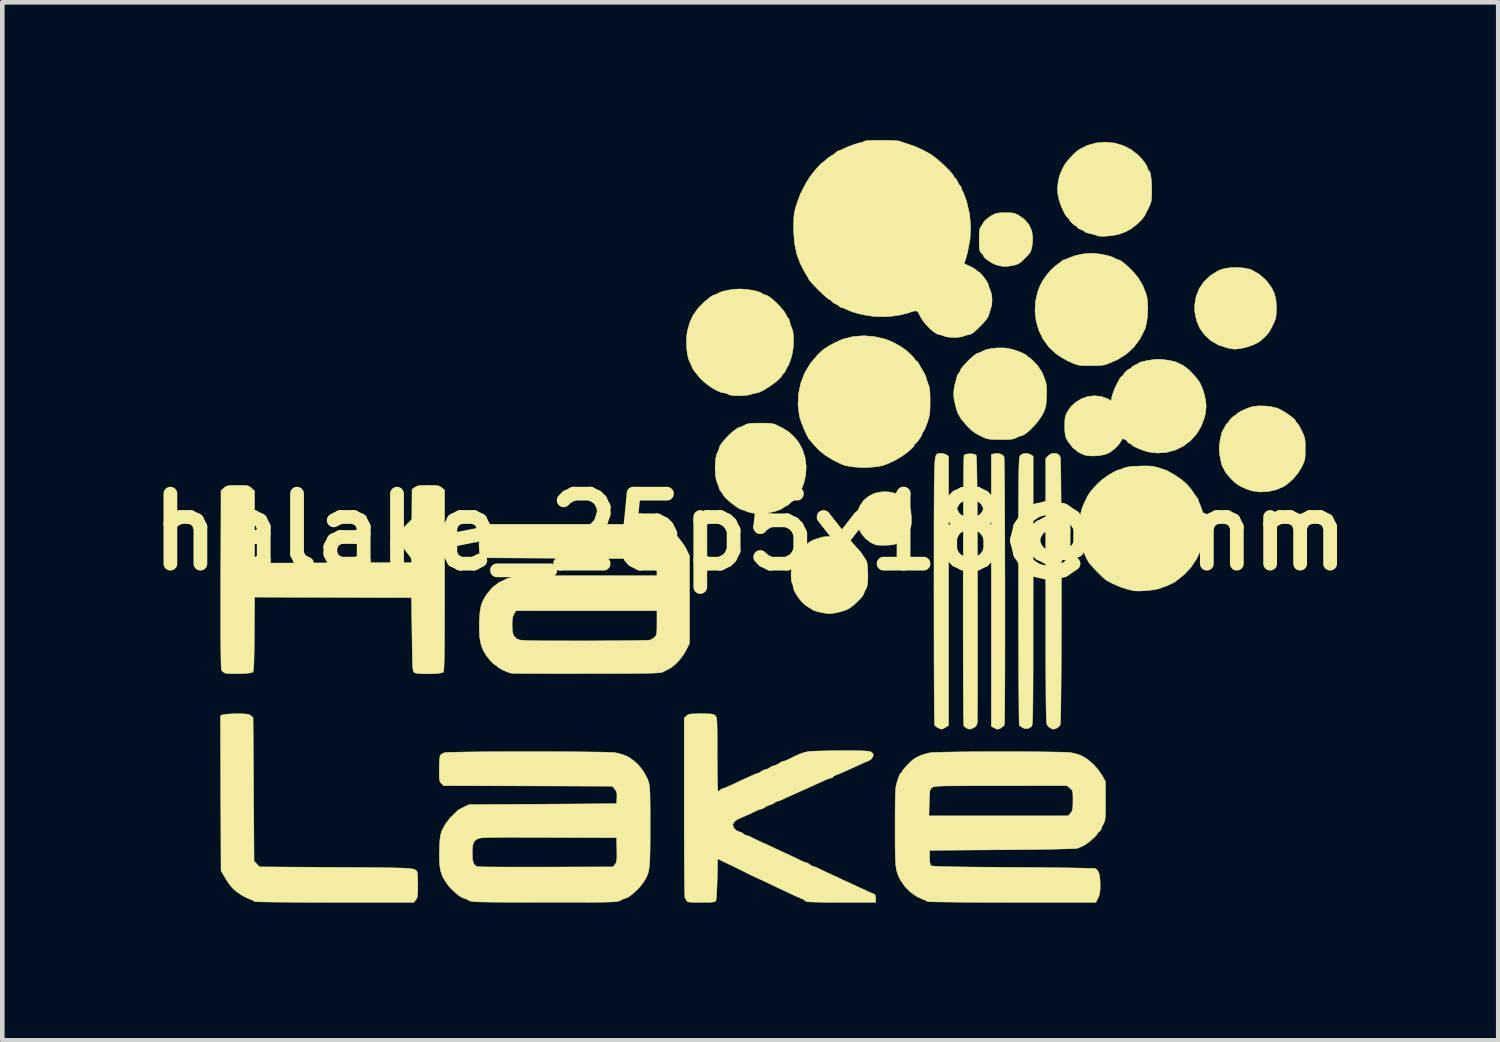
<source format=kicad_pcb>
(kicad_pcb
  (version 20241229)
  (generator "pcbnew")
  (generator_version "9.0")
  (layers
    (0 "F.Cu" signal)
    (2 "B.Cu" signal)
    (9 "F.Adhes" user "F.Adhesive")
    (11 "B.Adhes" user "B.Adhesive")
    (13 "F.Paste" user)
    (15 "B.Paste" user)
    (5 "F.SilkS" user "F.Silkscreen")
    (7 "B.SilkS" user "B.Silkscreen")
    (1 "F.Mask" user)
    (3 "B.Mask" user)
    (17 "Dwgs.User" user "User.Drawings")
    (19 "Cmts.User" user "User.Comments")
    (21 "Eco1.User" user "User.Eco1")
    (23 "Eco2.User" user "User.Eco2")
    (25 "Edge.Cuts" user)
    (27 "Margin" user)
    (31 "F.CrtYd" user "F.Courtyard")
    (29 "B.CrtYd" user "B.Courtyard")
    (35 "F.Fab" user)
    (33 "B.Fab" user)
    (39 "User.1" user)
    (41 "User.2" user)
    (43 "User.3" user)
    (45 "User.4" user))
  (footprint "halake_25p5x18@5mm"
    (layer "F.Cu")
    (at 13.288 8.535)
    (property "Reference" "halake_25p5x18@5mm" (at 0 0 0) (layer "F.SilkS") (effects (font (size 1.524 1.524) (thickness 0.3))))
    (attr through_hole)
    (fp_poly (pts (xy 5.472 -1.692) (xy 5.519 -1.651) (xy 5.526 -1.637) (xy 5.528 -1.61) (xy 5.53 -1.544) (xy 5.532 -1.442) (xy 5.534 -1.306) (xy 5.536 -1.14) (xy 5.538 -0.946) (xy 5.539 -0.728) (xy 5.54 -0.488) (xy 5.542 -0.231) (xy 5.543 0.043) (xy 5.544 0.328) (xy 5.544 0.624) (xy 5.545 0.925) (xy 5.546 1.231) (xy 5.546 1.536) (xy 5.546 1.839) (xy 5.546 2.137) (xy 5.546 2.426) (xy 5.545 2.704) (xy 5.545 2.968) (xy 5.544 3.213) (xy 5.543 3.439) (xy 5.542 3.641) (xy 5.541 3.817) (xy 5.539 3.963) (xy 5.537 4.077) (xy 5.535 4.156) (xy 5.533 4.196) (xy 5.533 4.201) (xy 5.505 4.233) (xy 5.458 4.267) (xy 5.408 4.291) (xy 5.383 4.296) (xy 5.354 4.286) (xy 5.308 4.264) (xy 5.308 4.264) (xy 5.249 4.232) (xy 5.249 -1.69) (xy 5.313 -1.704) (xy 5.4 -1.71) (xy 5.472 -1.692)) (stroke (width 0.01) (type solid)) (fill yes) (layer "F.SilkS"))
    (fp_poly (pts (xy 3.012 -0.873) (xy 3.116 -0.854) (xy 3.198 -0.823) (xy 3.229 -0.801) (xy 3.266 -0.772) (xy 3.287 -0.762) (xy 3.317 -0.745) (xy 3.36 -0.702) (xy 3.407 -0.642) (xy 3.45 -0.576) (xy 3.474 -0.529) (xy 3.493 -0.46) (xy 3.505 -0.366) (xy 3.509 -0.264) (xy 3.505 -0.17) (xy 3.495 -0.114) (xy 3.444 0.003) (xy 3.36 0.115) (xy 3.252 0.21) (xy 3.248 0.213) (xy 3.194 0.247) (xy 3.147 0.268) (xy 3.09 0.279) (xy 3.012 0.286) (xy 2.966 0.287) (xy 2.876 0.289) (xy 2.796 0.286) (xy 2.74 0.281) (xy 2.731 0.279) (xy 2.621 0.229) (xy 2.516 0.147) (xy 2.426 0.044) (xy 2.362 -0.071) (xy 2.348 -0.106) (xy 2.327 -0.202) (xy 2.32 -0.306) (xy 2.326 -0.403) (xy 2.345 -0.475) (xy 2.373 -0.535) (xy 2.393 -0.577) (xy 2.464 -0.682) (xy 2.567 -0.772) (xy 2.691 -0.837) (xy 2.789 -0.865) (xy 2.898 -0.877) (xy 3.012 -0.873)) (stroke (width 0.01) (type solid)) (fill yes) (layer "F.SilkS"))
    (fp_poly (pts (xy 10.743 -5.75) (xy 10.861 -5.727) (xy 10.912 -5.709) (xy 11.081 -5.615) (xy 11.222 -5.492) (xy 11.268 -5.438) (xy 11.356 -5.315) (xy 11.414 -5.192) (xy 11.447 -5.059) (xy 11.459 -4.903) (xy 11.458 -4.844) (xy 11.454 -4.744) (xy 11.444 -4.67) (xy 11.424 -4.602) (xy 11.39 -4.527) (xy 11.345 -4.437) (xy 11.308 -4.37) (xy 11.269 -4.316) (xy 11.22 -4.263) (xy 11.151 -4.199) (xy 11.113 -4.164) (xy 11.05 -4.122) (xy 10.961 -4.079) (xy 10.857 -4.04) (xy 10.754 -4.011) (xy 10.71 -4.002) (xy 10.626 -3.989) (xy 10.566 -3.983) (xy 10.514 -3.985) (xy 10.453 -3.996) (xy 10.382 -4.011) (xy 10.195 -4.072) (xy 10.032 -4.166) (xy 9.896 -4.289) (xy 9.79 -4.437) (xy 9.717 -4.607) (xy 9.68 -4.794) (xy 9.677 -4.94) (xy 9.708 -5.126) (xy 9.776 -5.298) (xy 9.88 -5.451) (xy 10.016 -5.581) (xy 10.181 -5.684) (xy 10.238 -5.711) (xy 10.341 -5.74) (xy 10.469 -5.757) (xy 10.608 -5.76) (xy 10.743 -5.75)) (stroke (width 0.01) (type solid)) (fill yes) (layer "F.SilkS"))
    (fp_poly (pts (xy 4.192 -1.71) (xy 4.255 -1.691) (xy 4.271 -1.682) (xy 4.318 -1.649) (xy 4.318 4.213) (xy 4.249 4.255) (xy 4.201 4.283) (xy 4.17 4.293) (xy 4.136 4.285) (xy 4.094 4.267) (xy 4.044 4.237) (xy 4.015 4.204) (xy 4.014 4.202) (xy 4.013 4.177) (xy 4.011 4.112) (xy 4.009 4.01) (xy 4.008 3.872) (xy 4.007 3.703) (xy 4.005 3.503) (xy 4.004 3.276) (xy 4.003 3.023) (xy 4.002 2.749) (xy 4.002 2.454) (xy 4.001 2.141) (xy 4.001 1.813) (xy 4.001 1.473) (xy 4 1.288) (xy 4.001 0.877) (xy 4.001 0.506) (xy 4.001 0.173) (xy 4.001 -0.124) (xy 4.002 -0.387) (xy 4.003 -0.618) (xy 4.004 -0.819) (xy 4.005 -0.993) (xy 4.007 -1.142) (xy 4.01 -1.267) (xy 4.013 -1.371) (xy 4.016 -1.455) (xy 4.02 -1.523) (xy 4.025 -1.576) (xy 4.03 -1.616) (xy 4.037 -1.645) (xy 4.044 -1.666) (xy 4.052 -1.68) (xy 4.061 -1.69) (xy 4.071 -1.697) (xy 4.072 -1.698) (xy 4.124 -1.713) (xy 4.192 -1.71)) (stroke (width 0.01) (type solid)) (fill yes) (layer "F.SilkS"))
    (fp_poly (pts (xy 5.654 -6.952) (xy 5.724 -6.945) (xy 5.777 -6.931) (xy 5.829 -6.907) (xy 5.84 -6.9) (xy 5.975 -6.804) (xy 6.072 -6.688) (xy 6.131 -6.553) (xy 6.153 -6.399) (xy 6.139 -6.241) (xy 6.124 -6.166) (xy 6.107 -6.112) (xy 6.08 -6.066) (xy 6.035 -6.015) (xy 5.98 -5.96) (xy 5.912 -5.895) (xy 5.861 -5.854) (xy 5.812 -5.829) (xy 5.753 -5.812) (xy 5.71 -5.804) (xy 5.62 -5.788) (xy 5.555 -5.782) (xy 5.497 -5.785) (xy 5.429 -5.798) (xy 5.382 -5.809) (xy 5.318 -5.832) (xy 5.246 -5.869) (xy 5.177 -5.914) (xy 5.12 -5.958) (xy 5.085 -5.996) (xy 5.08 -6.012) (xy 5.066 -6.038) (xy 5.032 -6.075) (xy 5.012 -6.098) (xy 4.998 -6.125) (xy 4.99 -6.165) (xy 4.986 -6.228) (xy 4.985 -6.321) (xy 4.985 -6.36) (xy 4.986 -6.467) (xy 4.989 -6.541) (xy 4.996 -6.592) (xy 5.009 -6.628) (xy 5.029 -6.661) (xy 5.032 -6.665) (xy 5.063 -6.709) (xy 5.079 -6.737) (xy 5.08 -6.74) (xy 5.096 -6.766) (xy 5.139 -6.807) (xy 5.197 -6.852) (xy 5.262 -6.894) (xy 5.272 -6.9) (xy 5.325 -6.927) (xy 5.377 -6.943) (xy 5.442 -6.951) (xy 5.533 -6.953) (xy 5.556 -6.953) (xy 5.654 -6.952)) (stroke (width 0.01) (type solid)) (fill yes) (layer "F.SilkS"))
    (fp_poly (pts (xy 6.676 -1.707) (xy 6.72 -1.681) (xy 6.749 -1.637) (xy 6.753 -1.609) (xy 6.756 -1.542) (xy 6.759 -1.439) (xy 6.762 -1.302) (xy 6.764 -1.135) (xy 6.766 -0.94) (xy 6.768 -0.722) (xy 6.77 -0.481) (xy 6.772 -0.223) (xy 6.773 0.051) (xy 6.774 0.337) (xy 6.775 0.633) (xy 6.775 0.935) (xy 6.775 1.24) (xy 6.775 1.546) (xy 6.775 1.849) (xy 6.774 2.147) (xy 6.773 2.436) (xy 6.772 2.714) (xy 6.771 2.977) (xy 6.769 3.222) (xy 6.767 3.447) (xy 6.765 3.648) (xy 6.763 3.823) (xy 6.76 3.968) (xy 6.757 4.081) (xy 6.754 4.158) (xy 6.75 4.196) (xy 6.749 4.2) (xy 6.712 4.245) (xy 6.661 4.275) (xy 6.617 4.29) (xy 6.596 4.296) (xy 6.596 4.295) (xy 6.577 4.288) (xy 6.548 4.276) (xy 6.501 4.244) (xy 6.469 4.209) (xy 6.464 4.199) (xy 6.459 4.183) (xy 6.456 4.159) (xy 6.452 4.124) (xy 6.449 4.077) (xy 6.446 4.015) (xy 6.444 3.936) (xy 6.442 3.839) (xy 6.44 3.721) (xy 6.439 3.579) (xy 6.438 3.412) (xy 6.437 3.219) (xy 6.436 2.996) (xy 6.435 2.741) (xy 6.435 2.453) (xy 6.435 2.129) (xy 6.435 1.768) (xy 6.435 1.367) (xy 6.435 1.279) (xy 6.435 -1.602) (xy 6.487 -1.658) (xy 6.551 -1.704) (xy 6.608 -1.714) (xy 6.676 -1.707)) (stroke (width 0.01) (type solid)) (fill yes) (layer "F.SilkS"))
    (fp_poly (pts (xy 7.564 -6.06) (xy 7.684 -6.041) (xy 7.795 -6.016) (xy 7.887 -5.987) (xy 7.929 -5.966) (xy 7.98 -5.94) (xy 8.018 -5.927) (xy 8.021 -5.927) (xy 8.065 -5.91) (xy 8.134 -5.86) (xy 8.229 -5.776) (xy 8.316 -5.692) (xy 8.445 -5.54) (xy 8.548 -5.367) (xy 8.62 -5.186) (xy 8.637 -5.121) (xy 8.653 -5.002) (xy 8.657 -4.862) (xy 8.651 -4.716) (xy 8.634 -4.577) (xy 8.608 -4.459) (xy 8.592 -4.413) (xy 8.485 -4.203) (xy 8.352 -4.024) (xy 8.189 -3.874) (xy 7.996 -3.752) (xy 7.771 -3.657) (xy 7.715 -3.639) (xy 7.669 -3.632) (xy 7.593 -3.626) (xy 7.497 -3.623) (xy 7.393 -3.622) (xy 7.293 -3.623) (xy 7.209 -3.627) (xy 7.151 -3.633) (xy 7.144 -3.635) (xy 7.039 -3.67) (xy 6.916 -3.725) (xy 6.791 -3.794) (xy 6.677 -3.868) (xy 6.65 -3.889) (xy 6.497 -4.033) (xy 6.375 -4.203) (xy 6.284 -4.392) (xy 6.225 -4.595) (xy 6.201 -4.807) (xy 6.212 -5.021) (xy 6.26 -5.232) (xy 6.314 -5.373) (xy 6.376 -5.485) (xy 6.456 -5.599) (xy 6.545 -5.703) (xy 6.63 -5.783) (xy 6.651 -5.799) (xy 6.71 -5.842) (xy 6.759 -5.88) (xy 6.775 -5.894) (xy 6.813 -5.921) (xy 6.834 -5.927) (xy 6.868 -5.936) (xy 6.921 -5.959) (xy 6.938 -5.967) (xy 7.057 -6.013) (xy 7.208 -6.049) (xy 7.356 -6.068) (xy 7.451 -6.069) (xy 7.564 -6.06)) (stroke (width 0.01) (type solid)) (fill yes) (layer "F.SilkS"))
    (fp_poly (pts (xy 6.095 -1.692) (xy 6.112 -1.682) (xy 6.16 -1.649) (xy 6.16 1.279) (xy 6.159 1.69) (xy 6.159 2.061) (xy 6.159 2.394) (xy 6.159 2.69) (xy 6.159 2.953) (xy 6.158 3.184) (xy 6.157 3.385) (xy 6.156 3.559) (xy 6.155 3.707) (xy 6.153 3.831) (xy 6.152 3.934) (xy 6.149 4.018) (xy 6.147 4.084) (xy 6.144 4.135) (xy 6.141 4.173) (xy 6.137 4.201) (xy 6.133 4.219) (xy 6.129 4.23) (xy 6.123 4.237) (xy 6.122 4.238) (xy 6.051 4.28) (xy 5.978 4.28) (xy 5.938 4.264) (xy 5.889 4.234) (xy 5.859 4.206) (xy 5.859 4.206) (xy 5.857 4.182) (xy 5.855 4.118) (xy 5.853 4.017) (xy 5.851 3.881) (xy 5.85 3.712) (xy 5.848 3.513) (xy 5.847 3.287) (xy 5.846 3.035) (xy 5.845 2.761) (xy 5.844 2.466) (xy 5.843 2.154) (xy 5.843 1.826) (xy 5.842 1.485) (xy 5.842 1.275) (xy 5.842 0.867) (xy 5.842 0.498) (xy 5.842 0.168) (xy 5.843 -0.127) (xy 5.843 -0.387) (xy 5.843 -0.616) (xy 5.844 -0.815) (xy 5.845 -0.987) (xy 5.846 -1.133) (xy 5.847 -1.256) (xy 5.849 -1.358) (xy 5.851 -1.441) (xy 5.854 -1.507) (xy 5.857 -1.558) (xy 5.86 -1.596) (xy 5.864 -1.624) (xy 5.868 -1.643) (xy 5.873 -1.656) (xy 5.878 -1.665) (xy 5.884 -1.672) (xy 5.884 -1.672) (xy 5.945 -1.706) (xy 6.021 -1.713) (xy 6.095 -1.692)) (stroke (width 0.01) (type solid)) (fill yes) (layer "F.SilkS"))
    (fp_poly (pts (xy -11.066 3.959) (xy -10.989 3.963) (xy -10.938 3.97) (xy -10.902 3.982) (xy -10.877 3.999) (xy -10.827 4.039) (xy -10.816 5.603) (xy -10.806 7.166) (xy -10.747 7.229) (xy -10.689 7.292) (xy -9.02 7.303) (xy -8.712 7.304) (xy -8.443 7.306) (xy -8.212 7.308) (xy -8.014 7.31) (xy -7.847 7.312) (xy -7.708 7.315) (xy -7.595 7.318) (xy -7.504 7.322) (xy -7.433 7.327) (xy -7.379 7.333) (xy -7.339 7.34) (xy -7.311 7.348) (xy -7.291 7.358) (xy -7.277 7.37) (xy -7.266 7.383) (xy -7.255 7.398) (xy -7.249 7.426) (xy -7.244 7.488) (xy -7.241 7.574) (xy -7.239 7.676) (xy -7.239 7.686) (xy -7.24 7.799) (xy -7.243 7.879) (xy -7.249 7.933) (xy -7.259 7.97) (xy -7.275 7.998) (xy -7.283 8.009) (xy -7.327 8.065) (xy -9.061 8.065) (xy -9.328 8.064) (xy -9.582 8.064) (xy -9.821 8.063) (xy -10.041 8.061) (xy -10.238 8.06) (xy -10.411 8.058) (xy -10.556 8.056) (xy -10.669 8.053) (xy -10.748 8.051) (xy -10.789 8.048) (xy -10.795 8.047) (xy -10.813 8.03) (xy -10.859 8.009) (xy -10.885 8) (xy -10.983 7.959) (xy -11.091 7.898) (xy -11.192 7.828) (xy -11.252 7.776) (xy -11.304 7.72) (xy -11.355 7.654) (xy -11.411 7.568) (xy -11.462 7.484) (xy -11.525 7.377) (xy -11.531 5.688) (xy -11.537 4) (xy -11.482 3.979) (xy -11.439 3.971) (xy -11.365 3.964) (xy -11.271 3.96) (xy -11.177 3.958) (xy -11.066 3.959)) (stroke (width 0.01) (type solid)) (fill yes) (layer "F.SilkS"))
    (fp_poly (pts (xy 4.878 -1.694) (xy 4.915 -1.676) (xy 4.919 -1.665) (xy 4.923 -1.64) (xy 4.926 -1.598) (xy 4.929 -1.537) (xy 4.932 -1.457) (xy 4.934 -1.354) (xy 4.936 -1.227) (xy 4.938 -1.075) (xy 4.94 -0.894) (xy 4.942 -0.684) (xy 4.943 -0.443) (xy 4.944 -0.168) (xy 4.946 0.142) (xy 4.947 0.489) (xy 4.948 0.874) (xy 4.948 1.223) (xy 4.949 1.57) (xy 4.95 1.905) (xy 4.95 2.227) (xy 4.95 2.533) (xy 4.95 2.821) (xy 4.95 3.087) (xy 4.949 3.33) (xy 4.948 3.547) (xy 4.948 3.736) (xy 4.947 3.893) (xy 4.946 4.017) (xy 4.945 4.105) (xy 4.943 4.154) (xy 4.942 4.163) (xy 4.916 4.226) (xy 4.864 4.264) (xy 4.804 4.289) (xy 4.761 4.292) (xy 4.715 4.273) (xy 4.71 4.269) (xy 4.669 4.24) (xy 4.652 4.223) (xy 4.649 4.199) (xy 4.647 4.135) (xy 4.645 4.035) (xy 4.643 3.902) (xy 4.642 3.738) (xy 4.64 3.547) (xy 4.639 3.331) (xy 4.638 3.093) (xy 4.637 2.837) (xy 4.637 2.565) (xy 4.636 2.28) (xy 4.636 1.985) (xy 4.636 1.683) (xy 4.636 1.377) (xy 4.636 1.071) (xy 4.637 0.766) (xy 4.637 0.467) (xy 4.638 0.175) (xy 4.639 -0.106) (xy 4.64 -0.374) (xy 4.641 -0.624) (xy 4.643 -0.855) (xy 4.644 -1.063) (xy 4.646 -1.246) (xy 4.648 -1.4) (xy 4.65 -1.522) (xy 4.652 -1.61) (xy 4.655 -1.661) (xy 4.656 -1.672) (xy 4.69 -1.692) (xy 4.748 -1.702) (xy 4.816 -1.703) (xy 4.878 -1.694)) (stroke (width 0.01) (type solid)) (fill yes) (layer "F.SilkS"))
    (fp_poly (pts (xy 1.943 0.122) (xy 2.108 0.185) (xy 2.257 0.282) (xy 2.382 0.41) (xy 2.432 0.478) (xy 2.474 0.543) (xy 2.496 0.582) (xy 2.522 0.639) (xy 2.542 0.682) (xy 2.55 0.718) (xy 2.556 0.785) (xy 2.56 0.874) (xy 2.561 0.941) (xy 2.56 1.049) (xy 2.554 1.126) (xy 2.543 1.181) (xy 2.526 1.225) (xy 2.519 1.238) (xy 2.492 1.291) (xy 2.477 1.328) (xy 2.477 1.334) (xy 2.461 1.37) (xy 2.42 1.424) (xy 2.362 1.488) (xy 2.294 1.554) (xy 2.224 1.614) (xy 2.161 1.66) (xy 2.154 1.665) (xy 2.067 1.705) (xy 1.957 1.739) (xy 1.84 1.765) (xy 1.734 1.776) (xy 1.713 1.776) (xy 1.639 1.769) (xy 1.549 1.754) (xy 1.492 1.741) (xy 1.424 1.721) (xy 1.374 1.704) (xy 1.355 1.693) (xy 1.33 1.674) (xy 1.284 1.647) (xy 1.271 1.641) (xy 1.193 1.587) (xy 1.114 1.51) (xy 1.041 1.419) (xy 0.981 1.325) (xy 0.943 1.237) (xy 0.931 1.176) (xy 0.924 1.131) (xy 0.91 1.111) (xy 0.9 1.085) (xy 0.893 1.028) (xy 0.889 0.951) (xy 0.889 0.931) (xy 0.892 0.851) (xy 0.898 0.788) (xy 0.908 0.754) (xy 0.91 0.751) (xy 0.926 0.722) (xy 0.931 0.683) (xy 0.942 0.633) (xy 0.969 0.567) (xy 0.986 0.535) (xy 1.029 0.471) (xy 1.083 0.403) (xy 1.14 0.338) (xy 1.193 0.287) (xy 1.233 0.258) (xy 1.245 0.254) (xy 1.269 0.241) (xy 1.27 0.235) (xy 1.288 0.218) (xy 1.336 0.192) (xy 1.404 0.161) (xy 1.413 0.157) (xy 1.589 0.106) (xy 1.767 0.095) (xy 1.943 0.122)) (stroke (width 0.01) (type solid)) (fill yes) (layer "F.SilkS"))
    (fp_poly (pts (xy 11.2 -2.745) (xy 11.343 -2.729) (xy 11.466 -2.7) (xy 11.526 -2.675) (xy 11.6 -2.635) (xy 11.68 -2.585) (xy 11.755 -2.533) (xy 11.819 -2.483) (xy 11.861 -2.443) (xy 11.874 -2.419) (xy 11.891 -2.387) (xy 11.904 -2.377) (xy 11.927 -2.351) (xy 11.961 -2.297) (xy 11.999 -2.225) (xy 12.01 -2.203) (xy 12.043 -2.132) (xy 12.065 -2.076) (xy 12.078 -2.022) (xy 12.084 -1.957) (xy 12.086 -1.869) (xy 12.086 -1.81) (xy 12.085 -1.704) (xy 12.082 -1.629) (xy 12.073 -1.571) (xy 12.056 -1.518) (xy 12.029 -1.457) (xy 12.014 -1.425) (xy 11.928 -1.284) (xy 11.817 -1.151) (xy 11.691 -1.041) (xy 11.61 -0.987) (xy 11.449 -0.919) (xy 11.273 -0.88) (xy 11.093 -0.872) (xy 10.924 -0.897) (xy 10.916 -0.899) (xy 10.801 -0.938) (xy 10.69 -0.988) (xy 10.601 -1.041) (xy 10.587 -1.051) (xy 10.528 -1.102) (xy 10.466 -1.164) (xy 10.407 -1.229) (xy 10.361 -1.287) (xy 10.333 -1.329) (xy 10.329 -1.342) (xy 10.316 -1.372) (xy 10.296 -1.398) (xy 10.278 -1.435) (xy 10.258 -1.502) (xy 10.239 -1.587) (xy 10.232 -1.628) (xy 10.217 -1.73) (xy 10.212 -1.809) (xy 10.215 -1.883) (xy 10.227 -1.972) (xy 10.233 -2.004) (xy 10.251 -2.091) (xy 10.27 -2.164) (xy 10.288 -2.212) (xy 10.293 -2.22) (xy 10.322 -2.265) (xy 10.346 -2.312) (xy 10.37 -2.354) (xy 10.392 -2.371) (xy 10.413 -2.387) (xy 10.414 -2.393) (xy 10.429 -2.423) (xy 10.464 -2.466) (xy 10.508 -2.507) (xy 10.546 -2.535) (xy 10.561 -2.54) (xy 10.582 -2.553) (xy 10.583 -2.558) (xy 10.602 -2.58) (xy 10.65 -2.611) (xy 10.718 -2.646) (xy 10.796 -2.681) (xy 10.874 -2.711) (xy 10.94 -2.731) (xy 11.059 -2.746) (xy 11.2 -2.745)) (stroke (width 0.01) (type solid)) (fill yes) (layer "F.SilkS"))
    (fp_poly (pts (xy 7.925 -8.471) (xy 8.114 -8.418) (xy 8.29 -8.33) (xy 8.446 -8.208) (xy 8.454 -8.201) (xy 8.525 -8.125) (xy 8.586 -8.047) (xy 8.632 -7.977) (xy 8.655 -7.923) (xy 8.657 -7.91) (xy 8.666 -7.879) (xy 8.675 -7.874) (xy 8.697 -7.854) (xy 8.715 -7.796) (xy 8.729 -7.707) (xy 8.739 -7.592) (xy 8.742 -7.454) (xy 8.742 -7.454) (xy 8.741 -7.344) (xy 8.738 -7.264) (xy 8.731 -7.205) (xy 8.717 -7.155) (xy 8.695 -7.103) (xy 8.677 -7.065) (xy 8.627 -6.963) (xy 8.588 -6.89) (xy 8.552 -6.836) (xy 8.514 -6.79) (xy 8.466 -6.744) (xy 8.429 -6.71) (xy 8.306 -6.613) (xy 8.189 -6.544) (xy 8.06 -6.494) (xy 8.022 -6.483) (xy 7.941 -6.465) (xy 7.846 -6.451) (xy 7.748 -6.443) (xy 7.659 -6.44) (xy 7.59 -6.444) (xy 7.556 -6.453) (xy 7.519 -6.468) (xy 7.456 -6.485) (xy 7.403 -6.497) (xy 7.338 -6.514) (xy 7.294 -6.53) (xy 7.281 -6.54) (xy 7.263 -6.558) (xy 7.219 -6.579) (xy 7.206 -6.583) (xy 7.153 -6.607) (xy 7.121 -6.633) (xy 7.119 -6.638) (xy 7.097 -6.665) (xy 7.087 -6.668) (xy 7.059 -6.682) (xy 7.018 -6.717) (xy 6.976 -6.76) (xy 6.948 -6.797) (xy 6.943 -6.812) (xy 6.926 -6.837) (xy 6.913 -6.844) (xy 6.886 -6.87) (xy 6.85 -6.928) (xy 6.811 -7.006) (xy 6.772 -7.096) (xy 6.739 -7.187) (xy 6.721 -7.249) (xy 6.696 -7.373) (xy 6.691 -7.486) (xy 6.704 -7.611) (xy 6.71 -7.644) (xy 6.723 -7.708) (xy 6.737 -7.762) (xy 6.759 -7.818) (xy 6.791 -7.89) (xy 6.823 -7.958) (xy 6.867 -8.029) (xy 6.935 -8.113) (xy 7.014 -8.2) (xy 7.095 -8.277) (xy 7.165 -8.331) (xy 7.342 -8.42) (xy 7.533 -8.473) (xy 7.729 -8.49) (xy 7.925 -8.471)) (stroke (width 0.01) (type solid)) (fill yes) (layer "F.SilkS"))
    (fp_poly (pts (xy 0.339 -2.37) (xy 0.426 -2.366) (xy 0.489 -2.358) (xy 0.535 -2.346) (xy 0.569 -2.331) (xy 0.633 -2.298) (xy 0.691 -2.27) (xy 0.699 -2.267) (xy 0.831 -2.185) (xy 0.958 -2.07) (xy 1.05 -1.956) (xy 1.137 -1.8) (xy 1.193 -1.623) (xy 1.217 -1.434) (xy 1.208 -1.243) (xy 1.166 -1.058) (xy 1.158 -1.037) (xy 1.125 -0.96) (xy 1.085 -0.883) (xy 1.042 -0.814) (xy 1.004 -0.764) (xy 0.975 -0.741) (xy 0.973 -0.741) (xy 0.955 -0.724) (xy 0.953 -0.709) (xy 0.941 -0.681) (xy 0.931 -0.677) (xy 0.904 -0.663) (xy 0.866 -0.627) (xy 0.864 -0.624) (xy 0.826 -0.588) (xy 0.795 -0.572) (xy 0.794 -0.572) (xy 0.761 -0.558) (xy 0.729 -0.534) (xy 0.654 -0.488) (xy 0.549 -0.451) (xy 0.423 -0.423) (xy 0.289 -0.408) (xy 0.156 -0.404) (xy 0.036 -0.415) (xy -0.061 -0.44) (xy -0.074 -0.446) (xy -0.132 -0.47) (xy -0.175 -0.485) (xy -0.184 -0.486) (xy -0.223 -0.5) (xy -0.282 -0.535) (xy -0.352 -0.585) (xy -0.426 -0.644) (xy -0.496 -0.703) (xy -0.552 -0.758) (xy -0.586 -0.8) (xy -0.593 -0.817) (xy -0.607 -0.847) (xy -0.635 -0.878) (xy -0.667 -0.919) (xy -0.678 -0.95) (xy -0.687 -0.99) (xy -0.71 -1.047) (xy -0.72 -1.069) (xy -0.743 -1.144) (xy -0.758 -1.246) (xy -0.765 -1.364) (xy -0.763 -1.484) (xy -0.753 -1.595) (xy -0.734 -1.683) (xy -0.72 -1.72) (xy -0.693 -1.775) (xy -0.678 -1.817) (xy -0.677 -1.824) (xy -0.662 -1.872) (xy -0.619 -1.938) (xy -0.557 -2.013) (xy -0.483 -2.092) (xy -0.405 -2.166) (xy -0.329 -2.228) (xy -0.264 -2.27) (xy -0.216 -2.286) (xy -0.183 -2.296) (xy -0.133 -2.322) (xy -0.122 -2.328) (xy -0.087 -2.346) (xy -0.047 -2.358) (xy 0.009 -2.366) (xy 0.087 -2.369) (xy 0.198 -2.371) (xy 0.219 -2.371) (xy 0.339 -2.37)) (stroke (width 0.01) (type solid)) (fill yes) (layer "F.SilkS"))
    (fp_poly (pts (xy 5.601 -4) (xy 5.683 -3.983) (xy 5.773 -3.957) (xy 5.862 -3.925) (xy 5.94 -3.892) (xy 6 -3.861) (xy 6.03 -3.835) (xy 6.032 -3.828) (xy 6.049 -3.811) (xy 6.055 -3.81) (xy 6.08 -3.796) (xy 6.124 -3.759) (xy 6.176 -3.71) (xy 6.227 -3.658) (xy 6.267 -3.613) (xy 6.286 -3.584) (xy 6.287 -3.581) (xy 6.301 -3.552) (xy 6.317 -3.536) (xy 6.338 -3.505) (xy 6.367 -3.446) (xy 6.398 -3.37) (xy 6.404 -3.355) (xy 6.429 -3.282) (xy 6.445 -3.221) (xy 6.453 -3.158) (xy 6.455 -3.082) (xy 6.452 -2.978) (xy 6.452 -2.959) (xy 6.447 -2.85) (xy 6.439 -2.771) (xy 6.427 -2.708) (xy 6.407 -2.65) (xy 6.377 -2.583) (xy 6.373 -2.575) (xy 6.325 -2.494) (xy 6.26 -2.405) (xy 6.185 -2.317) (xy 6.105 -2.235) (xy 6.028 -2.166) (xy 5.96 -2.117) (xy 5.908 -2.096) (xy 5.902 -2.095) (xy 5.866 -2.086) (xy 5.812 -2.062) (xy 5.794 -2.053) (xy 5.755 -2.035) (xy 5.71 -2.023) (xy 5.652 -2.016) (xy 5.571 -2.013) (xy 5.457 -2.013) (xy 5.445 -2.013) (xy 5.331 -2.014) (xy 5.249 -2.018) (xy 5.188 -2.025) (xy 5.138 -2.037) (xy 5.088 -2.057) (xy 5.048 -2.076) (xy 4.96 -2.12) (xy 4.896 -2.157) (xy 4.843 -2.195) (xy 4.787 -2.245) (xy 4.718 -2.313) (xy 4.598 -2.453) (xy 4.518 -2.589) (xy 4.486 -2.688) (xy 4.469 -2.757) (xy 4.45 -2.837) (xy 4.445 -2.857) (xy 4.43 -2.965) (xy 4.434 -3.089) (xy 4.455 -3.211) (xy 4.464 -3.243) (xy 4.483 -3.31) (xy 4.497 -3.369) (xy 4.517 -3.424) (xy 4.54 -3.458) (xy 4.566 -3.493) (xy 4.572 -3.512) (xy 4.587 -3.547) (xy 4.627 -3.601) (xy 4.685 -3.666) (xy 4.752 -3.735) (xy 4.822 -3.799) (xy 4.885 -3.853) (xy 4.935 -3.887) (xy 4.958 -3.895) (xy 4.993 -3.905) (xy 5.043 -3.93) (xy 5.048 -3.933) (xy 5.134 -3.97) (xy 5.249 -3.995) (xy 5.379 -4.009) (xy 5.513 -4.009) (xy 5.601 -4)) (stroke (width 0.01) (type solid)) (fill yes) (layer "F.SilkS"))
    (fp_poly (pts (xy 8.684 -1.437) (xy 8.757 -1.431) (xy 8.823 -1.418) (xy 8.895 -1.398) (xy 8.896 -1.398) (xy 8.976 -1.372) (xy 9.044 -1.348) (xy 9.087 -1.331) (xy 9.089 -1.33) (xy 9.26 -1.231) (xy 9.396 -1.137) (xy 9.506 -1.041) (xy 9.596 -0.936) (xy 9.644 -0.868) (xy 9.684 -0.808) (xy 9.718 -0.761) (xy 9.731 -0.745) (xy 9.754 -0.708) (xy 9.758 -0.692) (xy 9.767 -0.657) (xy 9.79 -0.606) (xy 9.791 -0.603) (xy 9.835 -0.49) (xy 9.866 -0.348) (xy 9.883 -0.187) (xy 9.886 -0.02) (xy 9.874 0.142) (xy 9.862 0.213) (xy 9.806 0.404) (xy 9.715 0.593) (xy 9.597 0.769) (xy 9.457 0.919) (xy 9.391 0.975) (xy 9.33 1.022) (xy 9.281 1.06) (xy 9.256 1.079) (xy 9.212 1.106) (xy 9.14 1.141) (xy 9.052 1.179) (xy 8.961 1.213) (xy 8.89 1.237) (xy 8.813 1.254) (xy 8.711 1.268) (xy 8.599 1.278) (xy 8.489 1.284) (xy 8.396 1.284) (xy 8.34 1.278) (xy 8.19 1.24) (xy 8.032 1.186) (xy 7.881 1.12) (xy 7.758 1.053) (xy 7.715 1.02) (xy 7.654 0.964) (xy 7.583 0.894) (xy 7.509 0.819) (xy 7.442 0.746) (xy 7.389 0.685) (xy 7.359 0.644) (xy 7.359 0.643) (xy 7.327 0.581) (xy 7.301 0.529) (xy 7.277 0.476) (xy 7.246 0.408) (xy 7.238 0.392) (xy 7.206 0.294) (xy 7.182 0.167) (xy 7.169 0.022) (xy 7.167 -0.129) (xy 7.176 -0.275) (xy 7.177 -0.28) (xy 7.191 -0.379) (xy 7.21 -0.465) (xy 7.237 -0.548) (xy 7.277 -0.641) (xy 7.333 -0.754) (xy 7.358 -0.802) (xy 7.402 -0.868) (xy 7.469 -0.95) (xy 7.548 -1.035) (xy 7.631 -1.113) (xy 7.691 -1.162) (xy 7.774 -1.221) (xy 7.859 -1.274) (xy 7.937 -1.318) (xy 7.999 -1.346) (xy 8.03 -1.355) (xy 8.066 -1.364) (xy 8.12 -1.386) (xy 8.13 -1.391) (xy 8.179 -1.408) (xy 8.249 -1.421) (xy 8.348 -1.43) (xy 8.472 -1.436) (xy 8.593 -1.439) (xy 8.684 -1.437)) (stroke (width 0.01) (type solid)) (fill yes) (layer "F.SilkS"))
    (fp_poly (pts (xy -0.129 -5.287) (xy -0.019 -5.274) (xy 0.085 -5.256) (xy 0.173 -5.234) (xy 0.235 -5.21) (xy 0.252 -5.199) (xy 0.295 -5.172) (xy 0.323 -5.165) (xy 0.37 -5.149) (xy 0.436 -5.106) (xy 0.512 -5.044) (xy 0.591 -4.97) (xy 0.666 -4.89) (xy 0.73 -4.812) (xy 0.775 -4.742) (xy 0.787 -4.715) (xy 0.808 -4.673) (xy 0.827 -4.657) (xy 0.842 -4.638) (xy 0.856 -4.592) (xy 0.859 -4.577) (xy 0.879 -4.504) (xy 0.906 -4.437) (xy 0.907 -4.434) (xy 0.93 -4.362) (xy 0.942 -4.26) (xy 0.943 -4.14) (xy 0.935 -4.013) (xy 0.916 -3.889) (xy 0.89 -3.789) (xy 0.864 -3.713) (xy 0.842 -3.654) (xy 0.826 -3.622) (xy 0.824 -3.619) (xy 0.807 -3.595) (xy 0.783 -3.546) (xy 0.776 -3.53) (xy 0.75 -3.48) (xy 0.726 -3.452) (xy 0.721 -3.45) (xy 0.699 -3.434) (xy 0.699 -3.427) (xy 0.681 -3.389) (xy 0.634 -3.337) (xy 0.565 -3.276) (xy 0.481 -3.212) (xy 0.39 -3.15) (xy 0.301 -3.095) (xy 0.22 -3.053) (xy 0.156 -3.03) (xy 0.133 -3.027) (xy 0.09 -3.019) (xy 0.029 -3.002) (xy 0.011 -2.996) (xy -0.058 -2.98) (xy -0.154 -2.971) (xy -0.26 -2.967) (xy -0.361 -2.971) (xy -0.423 -2.979) (xy -0.472 -2.993) (xy -0.496 -3.007) (xy -0.532 -3.023) (xy -0.565 -3.027) (xy -0.638 -3.041) (xy -0.73 -3.081) (xy -0.833 -3.139) (xy -0.936 -3.211) (xy -1.031 -3.29) (xy -1.101 -3.361) (xy -1.184 -3.462) (xy -1.239 -3.535) (xy -1.266 -3.582) (xy -1.27 -3.597) (xy -1.281 -3.631) (xy -1.305 -3.675) (xy -1.341 -3.755) (xy -1.368 -3.866) (xy -1.384 -3.996) (xy -1.39 -4.136) (xy -1.384 -4.274) (xy -1.367 -4.386) (xy -1.317 -4.564) (xy -1.244 -4.722) (xy -1.141 -4.867) (xy -1.004 -5.007) (xy -0.871 -5.117) (xy -0.822 -5.149) (xy -0.783 -5.164) (xy -0.779 -5.165) (xy -0.741 -5.176) (xy -0.702 -5.199) (xy -0.642 -5.226) (xy -0.553 -5.252) (xy -0.445 -5.273) (xy -0.331 -5.287) (xy -0.233 -5.292) (xy -0.129 -5.287)) (stroke (width 0.01) (type solid)) (fill yes) (layer "F.SilkS"))
    (fp_poly (pts (xy -6.91 -1.015) (xy -6.839 -1.012) (xy -6.791 -1.004) (xy -6.756 -0.99) (xy -6.725 -0.969) (xy -6.72 -0.965) (xy -6.657 -0.914) (xy -6.657 1.055) (xy -6.657 1.4) (xy -6.657 1.704) (xy -6.658 1.971) (xy -6.659 2.202) (xy -6.66 2.4) (xy -6.661 2.566) (xy -6.663 2.704) (xy -6.666 2.815) (xy -6.668 2.902) (xy -6.672 2.967) (xy -6.675 3.012) (xy -6.679 3.04) (xy -6.684 3.052) (xy -6.684 3.052) (xy -6.719 3.066) (xy -6.786 3.077) (xy -6.876 3.084) (xy -6.977 3.088) (xy -7.081 3.089) (xy -7.177 3.085) (xy -7.254 3.078) (xy -7.305 3.066) (xy -7.313 3.062) (xy -7.324 3.052) (xy -7.333 3.038) (xy -7.34 3.016) (xy -7.346 2.981) (xy -7.351 2.93) (xy -7.354 2.858) (xy -7.357 2.761) (xy -7.36 2.635) (xy -7.363 2.476) (xy -7.365 2.279) (xy -7.366 2.23) (xy -7.377 1.429) (xy -9.085 1.423) (xy -10.794 1.418) (xy -10.8 2.221) (xy -10.802 2.438) (xy -10.804 2.616) (xy -10.807 2.759) (xy -10.81 2.869) (xy -10.815 2.95) (xy -10.82 3.005) (xy -10.826 3.039) (xy -10.833 3.052) (xy -10.865 3.064) (xy -10.929 3.073) (xy -11.015 3.08) (xy -11.114 3.085) (xy -11.216 3.086) (xy -11.311 3.085) (xy -11.388 3.08) (xy -11.439 3.072) (xy -11.444 3.07) (xy -11.492 3.036) (xy -11.514 3.008) (xy -11.518 2.983) (xy -11.522 2.927) (xy -11.525 2.837) (xy -11.527 2.713) (xy -11.529 2.553) (xy -11.531 2.357) (xy -11.532 2.123) (xy -11.532 1.851) (xy -11.532 1.539) (xy -11.531 1.186) (xy -11.531 1.031) (xy -11.525 -0.903) (xy -11.462 -0.959) (xy -11.432 -0.983) (xy -11.401 -0.999) (xy -11.361 -1.009) (xy -11.302 -1.013) (xy -11.214 -1.015) (xy -11.162 -1.015) (xy -11.059 -1.015) (xy -10.989 -1.013) (xy -10.942 -1.006) (xy -10.909 -0.994) (xy -10.881 -0.973) (xy -10.861 -0.955) (xy -10.795 -0.893) (xy -10.795 0.678) (xy -7.377 0.667) (xy -7.371 -0.131) (xy -7.365 -0.929) (xy -7.304 -0.972) (xy -7.271 -0.992) (xy -7.231 -1.005) (xy -7.176 -1.012) (xy -7.095 -1.015) (xy -7.013 -1.016) (xy -6.91 -1.015)) (stroke (width 0.01) (type solid)) (fill yes) (layer "F.SilkS"))
    (fp_poly (pts (xy 2.707 -4.255) (xy 2.937 -4.2) (xy 3.003 -4.177) (xy 3.095 -4.137) (xy 3.196 -4.084) (xy 3.294 -4.027) (xy 3.373 -3.973) (xy 3.408 -3.944) (xy 3.444 -3.911) (xy 3.493 -3.866) (xy 3.505 -3.855) (xy 3.55 -3.809) (xy 3.58 -3.768) (xy 3.584 -3.76) (xy 3.606 -3.73) (xy 3.619 -3.725) (xy 3.644 -3.708) (xy 3.663 -3.678) (xy 3.685 -3.635) (xy 3.722 -3.571) (xy 3.757 -3.514) (xy 3.795 -3.448) (xy 3.821 -3.392) (xy 3.83 -3.362) (xy 3.839 -3.323) (xy 3.86 -3.262) (xy 3.873 -3.228) (xy 3.892 -3.179) (xy 3.904 -3.125) (xy 3.911 -3.057) (xy 3.915 -2.964) (xy 3.916 -2.846) (xy 3.915 -2.722) (xy 3.911 -2.63) (xy 3.903 -2.556) (xy 3.889 -2.489) (xy 3.867 -2.417) (xy 3.861 -2.398) (xy 3.832 -2.316) (xy 3.803 -2.248) (xy 3.78 -2.205) (xy 3.776 -2.2) (xy 3.752 -2.162) (xy 3.747 -2.143) (xy 3.735 -2.111) (xy 3.707 -2.061) (xy 3.67 -2.007) (xy 3.633 -1.959) (xy 3.605 -1.93) (xy 3.597 -1.926) (xy 3.578 -1.91) (xy 3.577 -1.902) (xy 3.56 -1.866) (xy 3.514 -1.816) (xy 3.445 -1.755) (xy 3.362 -1.691) (xy 3.272 -1.63) (xy 3.181 -1.576) (xy 3.133 -1.551) (xy 3.021 -1.499) (xy 2.934 -1.464) (xy 2.858 -1.441) (xy 2.781 -1.426) (xy 2.689 -1.416) (xy 2.688 -1.416) (xy 2.589 -1.408) (xy 2.514 -1.403) (xy 2.448 -1.403) (xy 2.374 -1.407) (xy 2.278 -1.415) (xy 2.244 -1.418) (xy 2.152 -1.43) (xy 2.064 -1.449) (xy 2 -1.47) (xy 1.799 -1.569) (xy 1.633 -1.671) (xy 1.498 -1.779) (xy 1.386 -1.898) (xy 1.386 -1.898) (xy 1.34 -1.953) (xy 1.305 -1.994) (xy 1.29 -2.011) (xy 1.266 -2.043) (xy 1.233 -2.106) (xy 1.194 -2.189) (xy 1.154 -2.283) (xy 1.117 -2.377) (xy 1.087 -2.463) (xy 1.069 -2.529) (xy 1.04 -2.77) (xy 1.051 -3.01) (xy 1.1 -3.244) (xy 1.187 -3.467) (xy 1.31 -3.673) (xy 1.467 -3.857) (xy 1.467 -3.858) (xy 1.531 -3.919) (xy 1.585 -3.967) (xy 1.621 -3.996) (xy 1.63 -4) (xy 1.659 -4.014) (xy 1.676 -4.028) (xy 1.708 -4.05) (xy 1.767 -4.083) (xy 1.841 -4.121) (xy 1.918 -4.158) (xy 1.986 -4.188) (xy 2.021 -4.202) (xy 2.241 -4.256) (xy 2.472 -4.274) (xy 2.707 -4.255)) (stroke (width 0.01) (type solid)) (fill yes) (layer "F.SilkS"))
    (fp_poly (pts (xy 8.953 -3.759) (xy 9.052 -3.747) (xy 9.062 -3.746) (xy 9.152 -3.731) (xy 9.231 -3.714) (xy 9.285 -3.697) (xy 9.297 -3.692) (xy 9.351 -3.663) (xy 9.413 -3.633) (xy 9.414 -3.632) (xy 9.477 -3.592) (xy 9.554 -3.527) (xy 9.635 -3.447) (xy 9.711 -3.361) (xy 9.772 -3.279) (xy 9.789 -3.253) (xy 9.84 -3.143) (xy 9.884 -3.01) (xy 9.915 -2.872) (xy 9.927 -2.75) (xy 9.927 -2.742) (xy 9.921 -2.658) (xy 9.907 -2.561) (xy 9.895 -2.507) (xy 9.824 -2.311) (xy 9.721 -2.138) (xy 9.589 -1.99) (xy 9.434 -1.872) (xy 9.26 -1.786) (xy 9.07 -1.734) (xy 8.868 -1.719) (xy 8.731 -1.732) (xy 8.649 -1.749) (xy 8.558 -1.777) (xy 8.468 -1.811) (xy 8.388 -1.847) (xy 8.329 -1.88) (xy 8.301 -1.907) (xy 8.301 -1.908) (xy 8.277 -1.925) (xy 8.265 -1.926) (xy 8.232 -1.943) (xy 8.213 -1.968) (xy 8.183 -2.002) (xy 8.161 -2.011) (xy 8.129 -2.026) (xy 8.123 -2.036) (xy 8.11 -2.035) (xy 8.088 -2.003) (xy 8.081 -1.988) (xy 8.024 -1.903) (xy 7.94 -1.816) (xy 7.841 -1.741) (xy 7.791 -1.712) (xy 7.709 -1.684) (xy 7.601 -1.664) (xy 7.483 -1.656) (xy 7.372 -1.659) (xy 7.284 -1.674) (xy 7.147 -1.737) (xy 7.024 -1.836) (xy 6.924 -1.963) (xy 6.897 -2.011) (xy 6.872 -2.065) (xy 6.858 -2.12) (xy 6.85 -2.189) (xy 6.848 -2.285) (xy 6.848 -2.307) (xy 6.849 -2.408) (xy 6.855 -2.479) (xy 6.868 -2.535) (xy 6.89 -2.588) (xy 6.904 -2.614) (xy 6.979 -2.727) (xy 7.078 -2.82) (xy 7.21 -2.901) (xy 7.216 -2.904) (xy 7.35 -2.951) (xy 7.497 -2.967) (xy 7.643 -2.951) (xy 7.758 -2.911) (xy 7.863 -2.86) (xy 7.869 -2.917) (xy 7.882 -2.972) (xy 7.908 -3.05) (xy 7.942 -3.136) (xy 7.979 -3.215) (xy 7.986 -3.228) (xy 8.013 -3.279) (xy 8.037 -3.326) (xy 8.068 -3.371) (xy 8.097 -3.395) (xy 8.125 -3.418) (xy 8.128 -3.429) (xy 8.144 -3.459) (xy 8.181 -3.498) (xy 8.226 -3.534) (xy 8.264 -3.554) (xy 8.271 -3.555) (xy 8.295 -3.57) (xy 8.297 -3.578) (xy 8.315 -3.6) (xy 8.359 -3.626) (xy 8.377 -3.634) (xy 8.43 -3.659) (xy 8.464 -3.681) (xy 8.468 -3.686) (xy 8.493 -3.698) (xy 8.55 -3.713) (xy 8.629 -3.73) (xy 8.678 -3.739) (xy 8.785 -3.755) (xy 8.87 -3.762) (xy 8.953 -3.759)) (stroke (width 0.01) (type solid)) (fill yes) (layer "F.SilkS"))
    (fp_poly (pts (xy -3.928 -0.169) (xy -3.602 -0.169) (xy -3.316 -0.169) (xy -3.067 -0.168) (xy -2.852 -0.168) (xy -2.668 -0.167) (xy -2.514 -0.166) (xy -2.385 -0.165) (xy -2.279 -0.163) (xy -2.194 -0.16) (xy -2.127 -0.157) (xy -2.076 -0.154) (xy -2.036 -0.15) (xy -2.006 -0.145) (xy -1.984 -0.139) (xy -1.965 -0.133) (xy -1.95 -0.127) (xy -1.889 -0.102) (xy -1.841 -0.087) (xy -1.828 -0.085) (xy -1.793 -0.07) (xy -1.763 -0.042) (xy -1.726 -0.01) (xy -1.701 0) (xy -1.669 0.017) (xy -1.621 0.061) (xy -1.564 0.125) (xy -1.504 0.201) (xy -1.448 0.28) (xy -1.402 0.355) (xy -1.389 0.381) (xy -1.323 0.519) (xy -1.323 2.425) (xy -1.395 2.57) (xy -1.456 2.674) (xy -1.535 2.778) (xy -1.622 2.871) (xy -1.707 2.943) (xy -1.763 2.977) (xy -1.832 3.011) (xy -1.894 3.044) (xy -1.909 3.051) (xy -1.93 3.057) (xy -1.959 3.062) (xy -2 3.066) (xy -2.056 3.07) (xy -2.129 3.073) (xy -2.223 3.075) (xy -2.339 3.077) (xy -2.482 3.079) (xy -2.654 3.08) (xy -2.859 3.081) (xy -3.098 3.081) (xy -3.374 3.082) (xy -3.545 3.082) (xy -3.802 3.083) (xy -4.048 3.083) (xy -4.279 3.083) (xy -4.492 3.082) (xy -4.684 3.082) (xy -4.85 3.081) (xy -4.988 3.08) (xy -5.094 3.079) (xy -5.164 3.078) (xy -5.196 3.076) (xy -5.196 3.076) (xy -5.252 3.062) (xy -5.324 3.034) (xy -5.398 3) (xy -5.463 2.964) (xy -5.504 2.935) (xy -5.51 2.927) (xy -5.537 2.902) (xy -5.547 2.9) (xy -5.572 2.885) (xy -5.614 2.848) (xy -5.655 2.806) (xy -5.747 2.694) (xy -5.815 2.577) (xy -5.863 2.449) (xy -5.891 2.302) (xy -5.902 2.129) (xy -5.901 2.015) (xy -5.186 2.015) (xy -5.182 2.129) (xy -5.169 2.21) (xy -5.143 2.268) (xy -5.101 2.311) (xy -5.075 2.328) (xy -5.06 2.337) (xy -5.043 2.344) (xy -5.02 2.35) (xy -4.989 2.355) (xy -4.946 2.359) (xy -4.888 2.363) (xy -4.812 2.365) (xy -4.714 2.367) (xy -4.593 2.369) (xy -4.443 2.37) (xy -4.263 2.37) (xy -4.048 2.37) (xy -3.797 2.371) (xy -3.616 2.371) (xy -3.369 2.37) (xy -3.137 2.369) (xy -2.921 2.368) (xy -2.726 2.366) (xy -2.555 2.364) (xy -2.411 2.362) (xy -2.299 2.359) (xy -2.22 2.356) (xy -2.18 2.352) (xy -2.176 2.352) (xy -2.124 2.322) (xy -2.08 2.287) (xy -2.06 2.265) (xy -2.046 2.24) (xy -2.038 2.201) (xy -2.034 2.142) (xy -2.032 2.055) (xy -2.032 1.978) (xy -2.032 1.714) (xy -5.102 1.714) (xy -5.144 1.783) (xy -5.168 1.835) (xy -5.181 1.901) (xy -5.186 1.994) (xy -5.186 2.015) (xy -5.901 2.015) (xy -5.9 1.953) (xy -5.892 1.808) (xy -5.88 1.695) (xy -5.861 1.602) (xy -5.831 1.52) (xy -5.788 1.437) (xy -5.74 1.359) (xy -5.621 1.214) (xy -5.473 1.1) (xy -5.296 1.015) (xy -5.197 0.985) (xy -5.168 0.979) (xy -5.13 0.973) (xy -5.081 0.969) (xy -5.018 0.965) (xy -4.938 0.961) (xy -4.837 0.959) (xy -4.713 0.957) (xy -4.563 0.955) (xy -4.383 0.954) (xy -4.171 0.953) (xy -3.923 0.953) (xy -3.637 0.953) (xy -3.552 0.953) (xy -2.032 0.953) (xy -2.032 0.827) (xy -2.036 0.746) (xy -2.05 0.692) (xy -2.078 0.647) (xy -2.083 0.641) (xy -2.134 0.582) (xy -3.979 0.572) (xy -5.825 0.561) (xy -5.865 0.511) (xy -5.883 0.484) (xy -5.894 0.448) (xy -5.901 0.395) (xy -5.905 0.317) (xy -5.905 0.208) (xy -5.905 0.099) (xy -5.902 0.022) (xy -5.895 -0.03) (xy -5.883 -0.068) (xy -5.865 -0.099) (xy -5.859 -0.107) (xy -5.813 -0.169) (xy -3.928 -0.169)) (stroke (width 0.01) (type solid)) (fill yes) (layer "F.SilkS"))
    (fp_poly (pts (xy 2.977 -8.529) (xy 3.08 -8.526) (xy 3.166 -8.522) (xy 3.227 -8.516) (xy 3.255 -8.51) (xy 3.293 -8.495) (xy 3.358 -8.473) (xy 3.436 -8.449) (xy 3.441 -8.447) (xy 3.59 -8.395) (xy 3.757 -8.319) (xy 3.916 -8.233) (xy 3.983 -8.187) (xy 4.065 -8.124) (xy 4.152 -8.048) (xy 4.239 -7.968) (xy 4.318 -7.889) (xy 4.382 -7.819) (xy 4.424 -7.764) (xy 4.436 -7.742) (xy 4.454 -7.71) (xy 4.464 -7.705) (xy 4.482 -7.687) (xy 4.508 -7.643) (xy 4.519 -7.62) (xy 4.546 -7.569) (xy 4.569 -7.539) (xy 4.575 -7.535) (xy 4.591 -7.518) (xy 4.593 -7.504) (xy 4.603 -7.466) (xy 4.627 -7.413) (xy 4.632 -7.404) (xy 4.658 -7.347) (xy 4.688 -7.268) (xy 4.715 -7.186) (xy 4.777 -6.916) (xy 4.8 -6.646) (xy 4.785 -6.371) (xy 4.731 -6.087) (xy 4.69 -5.943) (xy 4.659 -5.844) (xy 4.796 -5.779) (xy 4.863 -5.745) (xy 4.911 -5.715) (xy 4.932 -5.695) (xy 4.932 -5.694) (xy 4.949 -5.674) (xy 4.959 -5.673) (xy 4.988 -5.656) (xy 5.032 -5.614) (xy 5.081 -5.555) (xy 5.128 -5.491) (xy 5.165 -5.431) (xy 5.185 -5.386) (xy 5.186 -5.378) (xy 5.196 -5.337) (xy 5.219 -5.283) (xy 5.22 -5.281) (xy 5.251 -5.191) (xy 5.265 -5.08) (xy 5.261 -4.966) (xy 5.239 -4.868) (xy 5.214 -4.797) (xy 5.196 -4.733) (xy 5.192 -4.715) (xy 5.171 -4.672) (xy 5.126 -4.609) (xy 5.062 -4.536) (xy 5.041 -4.514) (xy 4.947 -4.421) (xy 4.875 -4.356) (xy 4.821 -4.317) (xy 4.779 -4.299) (xy 4.761 -4.297) (xy 4.719 -4.289) (xy 4.66 -4.27) (xy 4.649 -4.265) (xy 4.574 -4.246) (xy 4.476 -4.237) (xy 4.372 -4.238) (xy 4.279 -4.249) (xy 4.223 -4.266) (xy 4.167 -4.287) (xy 4.123 -4.296) (xy 4.064 -4.314) (xy 3.99 -4.361) (xy 3.91 -4.43) (xy 3.83 -4.514) (xy 3.758 -4.605) (xy 3.702 -4.696) (xy 3.692 -4.715) (xy 3.667 -4.767) (xy 3.644 -4.799) (xy 3.616 -4.814) (xy 3.574 -4.812) (xy 3.508 -4.794) (xy 3.41 -4.762) (xy 3.408 -4.762) (xy 3.254 -4.723) (xy 3.075 -4.698) (xy 2.889 -4.688) (xy 2.711 -4.693) (xy 2.665 -4.698) (xy 2.501 -4.723) (xy 2.345 -4.758) (xy 2.208 -4.799) (xy 2.101 -4.844) (xy 2.093 -4.848) (xy 2.036 -4.875) (xy 1.989 -4.889) (xy 1.981 -4.889) (xy 1.952 -4.899) (xy 1.947 -4.907) (xy 1.93 -4.926) (xy 1.886 -4.953) (xy 1.864 -4.963) (xy 1.81 -4.993) (xy 1.774 -5.022) (xy 1.769 -5.03) (xy 1.743 -5.056) (xy 1.73 -5.059) (xy 1.703 -5.073) (xy 1.654 -5.113) (xy 1.59 -5.17) (xy 1.518 -5.238) (xy 1.445 -5.311) (xy 1.377 -5.382) (xy 1.32 -5.445) (xy 1.282 -5.491) (xy 1.27 -5.515) (xy 1.26 -5.536) (xy 1.233 -5.582) (xy 1.2 -5.635) (xy 1.091 -5.838) (xy 1.013 -6.051) (xy 0.965 -6.282) (xy 0.945 -6.536) (xy 0.943 -6.615) (xy 0.945 -6.744) (xy 0.949 -6.843) (xy 0.957 -6.925) (xy 0.972 -7.002) (xy 0.994 -7.087) (xy 0.999 -7.107) (xy 1.094 -7.368) (xy 1.223 -7.616) (xy 1.302 -7.736) (xy 1.356 -7.808) (xy 1.415 -7.882) (xy 1.474 -7.95) (xy 1.524 -8.004) (xy 1.56 -8.037) (xy 1.571 -8.043) (xy 1.593 -8.057) (xy 1.632 -8.09) (xy 1.652 -8.108) (xy 1.712 -8.158) (xy 1.774 -8.199) (xy 1.787 -8.206) (xy 1.837 -8.237) (xy 1.868 -8.267) (xy 1.869 -8.268) (xy 1.898 -8.294) (xy 1.911 -8.297) (xy 1.947 -8.307) (xy 1.997 -8.329) (xy 2 -8.331) (xy 2.085 -8.371) (xy 2.186 -8.412) (xy 2.286 -8.447) (xy 2.37 -8.472) (xy 2.397 -8.478) (xy 2.452 -8.492) (xy 2.486 -8.508) (xy 2.489 -8.511) (xy 2.513 -8.518) (xy 2.571 -8.523) (xy 2.655 -8.527) (xy 2.757 -8.529) (xy 2.867 -8.53) (xy 2.977 -8.529)) (stroke (width 0.01) (type solid)) (fill yes) (layer "F.SilkS"))
    (fp_poly (pts (xy 5.804 4.784) (xy 6.023 4.785) (xy 6.231 4.786) (xy 6.423 4.788) (xy 6.595 4.791) (xy 6.742 4.794) (xy 6.86 4.797) (xy 6.943 4.801) (xy 6.985 4.805) (xy 7.081 4.827) (xy 7.181 4.859) (xy 7.237 4.883) (xy 7.349 4.954) (xy 7.464 5.053) (xy 7.569 5.169) (xy 7.654 5.289) (xy 7.662 5.302) (xy 7.734 5.429) (xy 7.735 5.853) (xy 7.735 5.998) (xy 7.735 6.107) (xy 7.732 6.187) (xy 7.727 6.245) (xy 7.72 6.288) (xy 7.709 6.321) (xy 7.694 6.351) (xy 7.689 6.36) (xy 7.66 6.417) (xy 7.643 6.461) (xy 7.641 6.471) (xy 7.625 6.502) (xy 7.599 6.524) (xy 7.566 6.552) (xy 7.556 6.57) (xy 7.541 6.597) (xy 7.5 6.641) (xy 7.442 6.694) (xy 7.378 6.748) (xy 7.315 6.795) (xy 7.271 6.822) (xy 7.202 6.856) (xy 7.137 6.883) (xy 7.123 6.888) (xy 7.091 6.892) (xy 7.019 6.896) (xy 6.912 6.899) (xy 6.771 6.903) (xy 6.6 6.907) (xy 6.402 6.91) (xy 6.18 6.913) (xy 5.937 6.916) (xy 5.675 6.919) (xy 5.482 6.92) (xy 3.905 6.932) (xy 3.905 7.085) (xy 3.909 7.181) (xy 3.922 7.244) (xy 3.933 7.264) (xy 3.945 7.27) (xy 3.974 7.274) (xy 4.022 7.278) (xy 4.09 7.282) (xy 4.181 7.285) (xy 4.298 7.288) (xy 4.443 7.291) (xy 4.618 7.293) (xy 4.825 7.296) (xy 5.068 7.298) (xy 5.348 7.3) (xy 5.667 7.302) (xy 5.721 7.303) (xy 5.991 7.304) (xy 6.25 7.306) (xy 6.493 7.309) (xy 6.718 7.312) (xy 6.922 7.314) (xy 7.101 7.317) (xy 7.253 7.32) (xy 7.373 7.323) (xy 7.46 7.326) (xy 7.509 7.329) (xy 7.519 7.331) (xy 7.565 7.372) (xy 7.597 7.442) (xy 7.615 7.547) (xy 7.62 7.676) (xy 7.618 7.781) (xy 7.61 7.858) (xy 7.595 7.919) (xy 7.573 7.969) (xy 7.527 8.065) (xy 5.69 8.065) (xy 5.415 8.064) (xy 5.152 8.064) (xy 4.905 8.063) (xy 4.677 8.062) (xy 4.47 8.06) (xy 4.288 8.058) (xy 4.134 8.056) (xy 4.01 8.054) (xy 3.92 8.051) (xy 3.866 8.049) (xy 3.852 8.047) (xy 3.834 8.03) (xy 3.788 8.009) (xy 3.762 8) (xy 3.619 7.935) (xy 3.483 7.837) (xy 3.363 7.714) (xy 3.268 7.575) (xy 3.243 7.525) (xy 3.221 7.475) (xy 3.203 7.428) (xy 3.189 7.379) (xy 3.178 7.323) (xy 3.169 7.256) (xy 3.163 7.173) (xy 3.159 7.07) (xy 3.156 6.941) (xy 3.154 6.783) (xy 3.154 6.59) (xy 3.154 6.425) (xy 3.154 6.207) (xy 3.154 6.181) (xy 3.891 6.181) (xy 6.924 6.181) (xy 6.975 6.122) (xy 6.998 6.092) (xy 7.013 6.059) (xy 7.022 6.014) (xy 7.026 5.946) (xy 7.027 5.849) (xy 7.027 5.752) (xy 7.024 5.687) (xy 7.017 5.646) (xy 7.002 5.617) (xy 6.978 5.593) (xy 6.962 5.579) (xy 6.897 5.524) (xy 5.454 5.525) (xy 5.172 5.525) (xy 4.928 5.525) (xy 4.721 5.526) (xy 4.547 5.527) (xy 4.404 5.528) (xy 4.287 5.529) (xy 4.194 5.531) (xy 4.122 5.534) (xy 4.067 5.537) (xy 4.028 5.542) (xy 4 5.547) (xy 3.981 5.553) (xy 3.967 5.56) (xy 3.958 5.566) (xy 3.937 5.584) (xy 3.922 5.606) (xy 3.912 5.638) (xy 3.906 5.688) (xy 3.902 5.764) (xy 3.899 5.874) (xy 3.898 5.894) (xy 3.891 6.181) (xy 3.154 6.181) (xy 3.155 6.027) (xy 3.156 5.881) (xy 3.159 5.764) (xy 3.162 5.672) (xy 3.166 5.602) (xy 3.172 5.548) (xy 3.18 5.506) (xy 3.188 5.476) (xy 3.221 5.371) (xy 3.246 5.302) (xy 3.265 5.263) (xy 3.281 5.25) (xy 3.283 5.249) (xy 3.301 5.233) (xy 3.302 5.222) (xy 3.316 5.196) (xy 3.353 5.149) (xy 3.405 5.091) (xy 3.464 5.03) (xy 3.523 4.975) (xy 3.547 4.955) (xy 3.628 4.903) (xy 3.736 4.856) (xy 3.855 4.82) (xy 3.918 4.807) (xy 3.967 4.802) (xy 4.054 4.798) (xy 4.175 4.795) (xy 4.324 4.792) (xy 4.498 4.789) (xy 4.692 4.787) (xy 4.901 4.785) (xy 5.122 4.784) (xy 5.348 4.784) (xy 5.577 4.783) (xy 5.804 4.784)) (stroke (width 0.01) (type solid)) (fill yes) (layer "F.SilkS"))
    (fp_poly (pts (xy -4.571 4.783) (xy -4.329 4.784) (xy -4.094 4.785) (xy -3.87 4.786) (xy -3.661 4.788) (xy -3.471 4.79) (xy -3.303 4.792) (xy -3.163 4.795) (xy -3.052 4.799) (xy -2.976 4.802) (xy -2.942 4.805) (xy -2.86 4.823) (xy -2.771 4.851) (xy -2.689 4.882) (xy -2.628 4.914) (xy -2.603 4.933) (xy -2.581 4.951) (xy -2.537 4.983) (xy -2.524 4.992) (xy -2.447 5.061) (xy -2.368 5.157) (xy -2.295 5.266) (xy -2.239 5.375) (xy -2.224 5.415) (xy -2.213 5.449) (xy -2.204 5.484) (xy -2.197 5.524) (xy -2.191 5.573) (xy -2.187 5.636) (xy -2.184 5.718) (xy -2.182 5.823) (xy -2.181 5.954) (xy -2.18 6.118) (xy -2.18 6.318) (xy -2.18 6.408) (xy -2.18 6.638) (xy -2.181 6.831) (xy -2.183 6.991) (xy -2.187 7.121) (xy -2.193 7.227) (xy -2.202 7.313) (xy -2.214 7.383) (xy -2.229 7.441) (xy -2.25 7.493) (xy -2.275 7.543) (xy -2.305 7.594) (xy -2.328 7.63) (xy -2.382 7.703) (xy -2.452 7.779) (xy -2.529 7.852) (xy -2.605 7.915) (xy -2.673 7.96) (xy -2.724 7.979) (xy -2.729 7.98) (xy -2.76 7.989) (xy -2.81 8.013) (xy -2.826 8.022) (xy -2.841 8.03) (xy -2.858 8.037) (xy -2.88 8.043) (xy -2.91 8.048) (xy -2.951 8.052) (xy -3.006 8.055) (xy -3.078 8.058) (xy -3.169 8.06) (xy -3.283 8.061) (xy -3.423 8.062) (xy -3.592 8.063) (xy -3.792 8.063) (xy -4.027 8.063) (xy -4.299 8.063) (xy -4.483 8.063) (xy -4.78 8.063) (xy -5.037 8.062) (xy -5.259 8.062) (xy -5.446 8.061) (xy -5.603 8.06) (xy -5.733 8.058) (xy -5.837 8.056) (xy -5.92 8.054) (xy -5.985 8.051) (xy -6.033 8.047) (xy -6.068 8.042) (xy -6.093 8.037) (xy -6.111 8.031) (xy -6.125 8.024) (xy -6.128 8.022) (xy -6.178 7.995) (xy -6.216 7.982) (xy -6.218 7.981) (xy -6.271 7.964) (xy -6.341 7.92) (xy -6.42 7.857) (xy -6.5 7.782) (xy -6.572 7.702) (xy -6.589 7.68) (xy -6.656 7.583) (xy -6.706 7.489) (xy -6.74 7.39) (xy -6.761 7.277) (xy -6.77 7.142) (xy -6.77 7.002) (xy -6.053 7.002) (xy -6.048 7.116) (xy -6.033 7.196) (xy -6.004 7.249) (xy -5.959 7.282) (xy -5.947 7.287) (xy -5.921 7.289) (xy -5.856 7.291) (xy -5.756 7.293) (xy -5.625 7.294) (xy -5.464 7.295) (xy -5.279 7.296) (xy -5.073 7.296) (xy -4.849 7.296) (xy -4.611 7.296) (xy -4.453 7.296) (xy -2.989 7.292) (xy -2.945 7.239) (xy -2.926 7.213) (xy -2.914 7.183) (xy -2.907 7.141) (xy -2.904 7.077) (xy -2.904 6.984) (xy -2.905 6.921) (xy -2.91 6.657) (xy -4.392 6.651) (xy -4.68 6.65) (xy -4.929 6.65) (xy -5.141 6.649) (xy -5.32 6.649) (xy -5.469 6.65) (xy -5.591 6.651) (xy -5.689 6.653) (xy -5.765 6.655) (xy -5.824 6.659) (xy -5.867 6.663) (xy -5.899 6.668) (xy -5.921 6.673) (xy -5.938 6.68) (xy -5.941 6.682) (xy -5.991 6.716) (xy -6.024 6.76) (xy -6.043 6.824) (xy -6.052 6.914) (xy -6.053 7.002) (xy -6.77 7.002) (xy -6.77 6.976) (xy -6.769 6.92) (xy -6.764 6.79) (xy -6.757 6.693) (xy -6.747 6.619) (xy -6.733 6.559) (xy -6.714 6.503) (xy -6.712 6.498) (xy -6.64 6.361) (xy -6.537 6.227) (xy -6.398 6.09) (xy -6.359 6.057) (xy -6.328 6.037) (xy -6.273 6.008) (xy -6.232 5.988) (xy -6.128 5.937) (xy -4.519 5.927) (xy -2.91 5.916) (xy -2.904 5.788) (xy -2.903 5.712) (xy -2.912 5.661) (xy -2.934 5.62) (xy -2.952 5.598) (xy -3.006 5.535) (xy -4.841 5.529) (xy -6.676 5.524) (xy -6.725 5.478) (xy -6.745 5.456) (xy -6.759 5.431) (xy -6.767 5.393) (xy -6.772 5.335) (xy -6.773 5.249) (xy -6.773 5.17) (xy -6.772 5.066) (xy -6.767 4.974) (xy -6.761 4.906) (xy -6.753 4.87) (xy -6.753 4.869) (xy -6.719 4.835) (xy -6.666 4.808) (xy -6.665 4.807) (xy -6.632 4.803) (xy -6.561 4.799) (xy -6.455 4.796) (xy -6.318 4.793) (xy -6.154 4.79) (xy -5.967 4.788) (xy -5.761 4.786) (xy -5.538 4.785) (xy -5.305 4.784) (xy -5.063 4.783) (xy -4.817 4.783) (xy -4.571 4.783)) (stroke (width 0.01) (type solid)) (fill yes) (layer "F.SilkS"))
    (fp_poly (pts (xy -0.96 3.959) (xy -0.881 3.961) (xy -0.829 3.967) (xy -0.795 3.977) (xy -0.771 3.992) (xy -0.762 4) (xy -0.751 4.013) (xy -0.742 4.029) (xy -0.735 4.052) (xy -0.73 4.088) (xy -0.726 4.139) (xy -0.723 4.211) (xy -0.721 4.307) (xy -0.72 4.432) (xy -0.72 4.59) (xy -0.72 4.784) (xy -0.72 4.847) (xy -0.719 5.03) (xy -0.718 5.197) (xy -0.716 5.345) (xy -0.713 5.469) (xy -0.71 5.564) (xy -0.706 5.626) (xy -0.702 5.651) (xy -0.701 5.652) (xy -0.674 5.637) (xy -0.656 5.62) (xy -0.621 5.593) (xy -0.602 5.588) (xy -0.572 5.579) (xy -0.513 5.556) (xy -0.435 5.522) (xy -0.377 5.495) (xy -0.213 5.418) (xy -0.083 5.358) (xy 0.016 5.313) (xy 0.088 5.281) (xy 0.138 5.261) (xy 0.168 5.251) (xy 0.179 5.249) (xy 0.215 5.234) (xy 0.232 5.218) (xy 0.27 5.193) (xy 0.327 5.174) (xy 0.329 5.174) (xy 0.385 5.157) (xy 0.423 5.133) (xy 0.424 5.132) (xy 0.46 5.108) (xy 0.515 5.089) (xy 0.581 5.066) (xy 0.633 5.035) (xy 0.679 5.006) (xy 0.714 4.995) (xy 0.752 4.986) (xy 0.808 4.963) (xy 0.823 4.956) (xy 0.963 4.886) (xy 1.075 4.836) (xy 1.169 4.803) (xy 1.246 4.784) (xy 1.297 4.778) (xy 1.383 4.773) (xy 1.499 4.769) (xy 1.637 4.766) (xy 1.791 4.763) (xy 1.954 4.763) (xy 1.98 4.763) (xy 2.16 4.763) (xy 2.302 4.763) (xy 2.412 4.765) (xy 2.494 4.768) (xy 2.552 4.772) (xy 2.593 4.778) (xy 2.62 4.785) (xy 2.639 4.795) (xy 2.645 4.8) (xy 2.676 4.834) (xy 2.677 4.871) (xy 2.669 4.895) (xy 2.632 4.947) (xy 2.588 4.976) (xy 2.536 4.997) (xy 2.465 5.028) (xy 2.413 5.052) (xy 2.331 5.09) (xy 2.247 5.128) (xy 2.207 5.146) (xy 2.126 5.182) (xy 2.042 5.22) (xy 2.027 5.227) (xy 1.954 5.258) (xy 1.884 5.287) (xy 1.868 5.293) (xy 1.822 5.314) (xy 1.8 5.334) (xy 1.799 5.337) (xy 1.782 5.353) (xy 1.766 5.355) (xy 1.73 5.364) (xy 1.67 5.385) (xy 1.613 5.41) (xy 1.522 5.451) (xy 1.424 5.496) (xy 1.376 5.518) (xy 1.31 5.548) (xy 1.219 5.589) (xy 1.112 5.637) (xy 1.004 5.685) (xy 1.004 5.685) (xy 0.903 5.73) (xy 0.81 5.772) (xy 0.735 5.807) (xy 0.689 5.829) (xy 0.687 5.83) (xy 0.633 5.853) (xy 0.59 5.863) (xy 0.59 5.863) (xy 0.548 5.878) (xy 0.53 5.894) (xy 0.493 5.919) (xy 0.438 5.939) (xy 0.372 5.962) (xy 0.32 5.993) (xy 0.274 6.022) (xy 0.238 6.032) (xy 0.2 6.042) (xy 0.145 6.064) (xy 0.13 6.071) (xy 0.02 6.124) (xy -0.092 6.175) (xy -0.188 6.216) (xy -0.207 6.224) (xy -0.293 6.266) (xy -0.353 6.317) (xy -0.38 6.368) (xy -0.38 6.378) (xy -0.36 6.443) (xy -0.309 6.497) (xy -0.238 6.529) (xy -0.184 6.548) (xy -0.147 6.574) (xy -0.11 6.6) (xy -0.09 6.604) (xy -0.052 6.614) (xy 0.003 6.637) (xy 0.018 6.645) (xy 0.077 6.675) (xy 0.157 6.714) (xy 0.242 6.753) (xy 0.243 6.754) (xy 0.331 6.793) (xy 0.438 6.843) (xy 0.548 6.894) (xy 0.593 6.915) (xy 0.692 6.962) (xy 0.792 7.008) (xy 0.877 7.048) (xy 0.91 7.063) (xy 0.989 7.1) (xy 1.066 7.138) (xy 1.104 7.156) (xy 1.16 7.182) (xy 1.204 7.196) (xy 1.211 7.197) (xy 1.249 7.21) (xy 1.291 7.239) (xy 1.335 7.269) (xy 1.37 7.281) (xy 1.406 7.291) (xy 1.461 7.314) (xy 1.477 7.322) (xy 1.542 7.355) (xy 1.623 7.393) (xy 1.672 7.416) (xy 1.743 7.449) (xy 1.838 7.492) (xy 1.939 7.539) (xy 1.99 7.563) (xy 2.095 7.612) (xy 2.206 7.663) (xy 2.304 7.709) (xy 2.339 7.725) (xy 2.425 7.764) (xy 2.508 7.802) (xy 2.571 7.832) (xy 2.572 7.832) (xy 2.633 7.859) (xy 2.683 7.879) (xy 2.693 7.883) (xy 2.719 7.904) (xy 2.73 7.954) (xy 2.731 7.979) (xy 2.731 8.065) (xy 1.968 8.065) (xy 1.74 8.064) (xy 1.554 8.062) (xy 1.408 8.059) (xy 1.302 8.056) (xy 1.236 8.05) (xy 1.208 8.044) (xy 1.206 8.042) (xy 1.189 8.021) (xy 1.144 7.995) (xy 1.127 7.988) (xy 1.067 7.962) (xy 0.992 7.929) (xy 0.896 7.885) (xy 0.773 7.827) (xy 0.619 7.755) (xy 0.593 7.742) (xy 0.452 7.675) (xy 0.304 7.605) (xy 0.16 7.538) (xy 0.035 7.48) (xy -0.021 7.454) (xy -0.073 7.428) (xy -0.106 7.41) (xy -0.135 7.395) (xy -0.196 7.365) (xy -0.279 7.324) (xy -0.377 7.276) (xy -0.423 7.254) (xy -0.709 7.117) (xy -0.72 7.554) (xy -0.724 7.687) (xy -0.729 7.808) (xy -0.735 7.909) (xy -0.741 7.983) (xy -0.747 8.024) (xy -0.748 8.027) (xy -0.76 8.042) (xy -0.782 8.052) (xy -0.822 8.059) (xy -0.885 8.063) (xy -0.98 8.064) (xy -1.07 8.065) (xy -1.189 8.064) (xy -1.273 8.062) (xy -1.327 8.059) (xy -1.36 8.052) (xy -1.377 8.041) (xy -1.386 8.025) (xy -1.386 8.022) (xy -1.405 7.988) (xy -1.42 7.98) (xy -1.423 7.959) (xy -1.426 7.897) (xy -1.429 7.797) (xy -1.431 7.66) (xy -1.434 7.487) (xy -1.435 7.28) (xy -1.437 7.042) (xy -1.438 6.774) (xy -1.439 6.477) (xy -1.439 6.153) (xy -1.439 6.015) (xy -1.439 4.05) (xy -1.39 4.004) (xy -1.367 3.985) (xy -1.338 3.972) (xy -1.297 3.964) (xy -1.235 3.96) (xy -1.144 3.958) (xy -1.073 3.958) (xy -0.96 3.959)) (stroke (width 0.01) (type solid)) (fill yes) (layer "F.SilkS")))
  (gr_rect
    (start -3 -3)
    (end 29.576 19.604)
    (stroke (width 0.1) (type default))
    (fill no)
    (layer "Edge.Cuts")))
</source>
